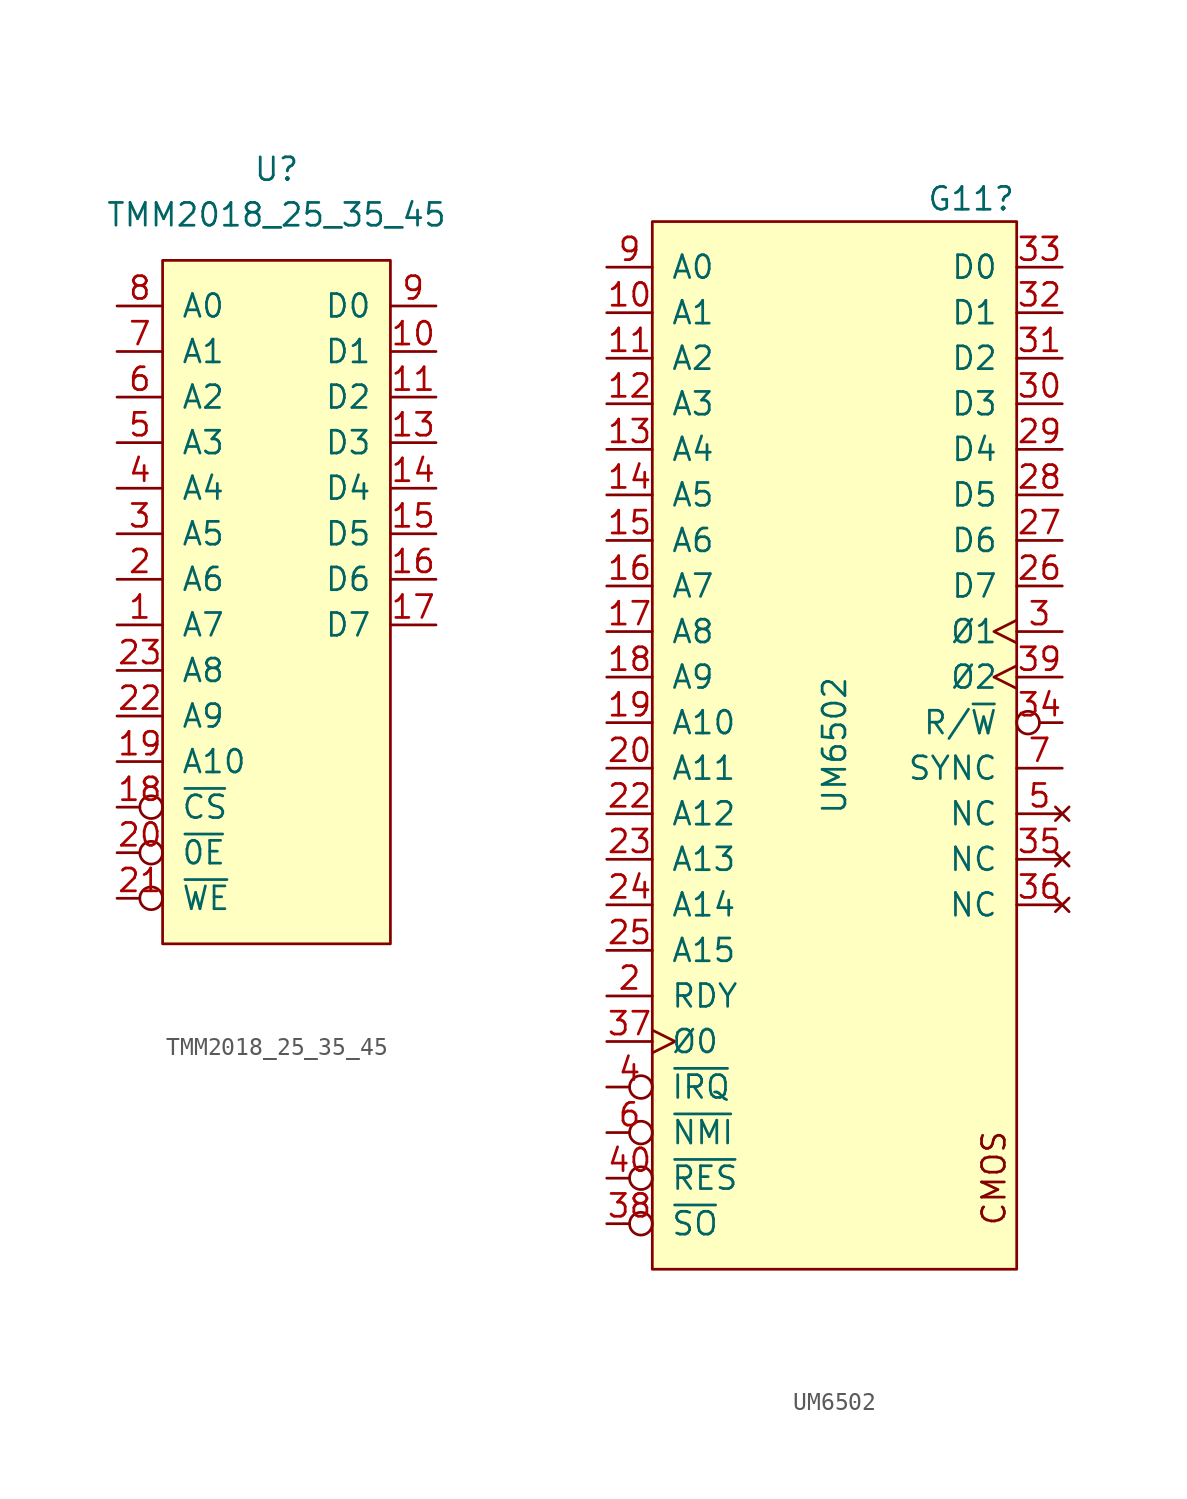
<source format=kicad_sym>
(kicad_symbol_lib
  (version 20211014)
  (generator kicad_symbol_editor)
  (symbol "TMM2018_25_35_45"
    (pin_names
      (offset 1.016))
    (property "Reference" "U"
      (at 0 10.16 0)
      (effects (font (size 1.27 1.27))))
    (property "Value" "TMM2018_25_35_45"
      (at 0 7.62 0)
      (effects (font (size 1.27 1.27))))
    (symbol "TMM2018_25_35_45_0_1"
      (rectangle (start -6.35 5.08) (end 6.35 -33.02) (stroke (width 0) (type default) (color 0 0 0 0)) (fill (type background))))
    (symbol "TMM2018_25_35_45_1_1"
      (pin input line (at -8.89 -15.24 0) (length 2.54) (name "A7" (effects (font (size 1.27 1.27)))) (number "1" (effects (font (size 1.27 1.27)))))
      (pin bidirectional line (at 8.89 0 180) (length 2.54) (name "D1" (effects (font (size 1.27 1.27)))) (number "10" (effects (font (size 1.27 1.27)))))
      (pin bidirectional line (at 8.89 -2.54 180) (length 2.54) (name "D2" (effects (font (size 1.27 1.27)))) (number "11" (effects (font (size 1.27 1.27)))))
      (pin power_in line (at 0 -33.02 90) (length 2.54) hide (name "GND" (effects (font (size 1.27 1.27)))) (number "12" (effects (font (size 1.27 1.27)))))
      (pin bidirectional line (at 8.89 -5.08 180) (length 2.54) (name "D3" (effects (font (size 1.27 1.27)))) (number "13" (effects (font (size 1.27 1.27)))))
      (pin bidirectional line (at 8.89 -7.62 180) (length 2.54) (name "D4" (effects (font (size 1.27 1.27)))) (number "14" (effects (font (size 1.27 1.27)))))
      (pin bidirectional line (at 8.89 -10.16 180) (length 2.54) (name "D5" (effects (font (size 1.27 1.27)))) (number "15" (effects (font (size 1.27 1.27)))))
      (pin bidirectional line (at 8.89 -12.7 180) (length 2.54) (name "D6" (effects (font (size 1.27 1.27)))) (number "16" (effects (font (size 1.27 1.27)))))
      (pin bidirectional line (at 8.89 -15.24 180) (length 2.54) (name "D7" (effects (font (size 1.27 1.27)))) (number "17" (effects (font (size 1.27 1.27)))))
      (pin input inverted (at -8.89 -25.4 0) (length 2.54) (name "~{CS}" (effects (font (size 1.27 1.27)))) (number "18" (effects (font (size 1.27 1.27)))))
      (pin input line (at -8.89 -22.86 0) (length 2.54) (name "A10" (effects (font (size 1.27 1.27)))) (number "19" (effects (font (size 1.27 1.27)))))
      (pin input line (at -8.89 -12.7 0) (length 2.54) (name "A6" (effects (font (size 1.27 1.27)))) (number "2" (effects (font (size 1.27 1.27)))))
      (pin input inverted (at -8.89 -27.94 0) (length 2.54) (name "~{0E}" (effects (font (size 1.27 1.27)))) (number "20" (effects (font (size 1.27 1.27)))))
      (pin input inverted (at -8.89 -30.48 0) (length 2.54) (name "~{WE}" (effects (font (size 1.27 1.27)))) (number "21" (effects (font (size 1.27 1.27)))))
      (pin input line (at -8.89 -20.32 0) (length 2.54) (name "A9" (effects (font (size 1.27 1.27)))) (number "22" (effects (font (size 1.27 1.27)))))
      (pin input line (at -8.89 -17.78 0) (length 2.54) (name "A8" (effects (font (size 1.27 1.27)))) (number "23" (effects (font (size 1.27 1.27)))))
      (pin power_in line (at 0 5.08 270) (length 2.54) hide (name "VCC" (effects (font (size 1.27 1.27)))) (number "24" (effects (font (size 1.27 1.27)))))
      (pin input line (at -8.89 -10.16 0) (length 2.54) (name "A5" (effects (font (size 1.27 1.27)))) (number "3" (effects (font (size 1.27 1.27)))))
      (pin input line (at -8.89 -7.62 0) (length 2.54) (name "A4" (effects (font (size 1.27 1.27)))) (number "4" (effects (font (size 1.27 1.27)))))
      (pin input line (at -8.89 -5.08 0) (length 2.54) (name "A3" (effects (font (size 1.27 1.27)))) (number "5" (effects (font (size 1.27 1.27)))))
      (pin input line (at -8.89 -2.54 0) (length 2.54) (name "A2" (effects (font (size 1.27 1.27)))) (number "6" (effects (font (size 1.27 1.27)))))
      (pin input line (at -8.89 0 0) (length 2.54) (name "A1" (effects (font (size 1.27 1.27)))) (number "7" (effects (font (size 1.27 1.27)))))
      (pin input line (at -8.89 2.54 0) (length 2.54) (name "A0" (effects (font (size 1.27 1.27)))) (number "8" (effects (font (size 1.27 1.27)))))
      (pin bidirectional line (at 8.89 2.54 180) (length 2.54) (name "D0" (effects (font (size 1.27 1.27)))) (number "9" (effects (font (size 1.27 1.27)))))))
  (symbol "UM6502"
    (pin_names
      (offset 1.016))
    (property "Reference" "G11"
      (at 7.62 30.48 0)
      (effects (font (size 1.27 1.27))))
    (property "Value" "UM6502"
      (at 0 0 90)
      (effects (font (size 1.27 1.27))))
    (symbol "UM6502_0_0"
      (text "CMOS" (at 8.89 -24.13 900) (effects (font (size 1.27 1.27)))))
    (symbol "UM6502_0_1"
      (rectangle (start -10.16 29.21) (end 10.16 -29.21) (stroke (width 0) (type default) (color 0 0 0 0)) (fill (type background))))
    (symbol "UM6502_1_1"
      (pin power_in line (at -1.27 -29.21 90) (length 2.54) hide (name "VSS" (effects (font (size 1.27 1.27)))) (number "1" (effects (font (size 1.27 1.27)))))
      (pin output line (at -12.7 24.13 0) (length 2.54) (name "A1" (effects (font (size 1.27 1.27)))) (number "10" (effects (font (size 1.27 1.27)))))
      (pin output line (at -12.7 21.59 0) (length 2.54) (name "A2" (effects (font (size 1.27 1.27)))) (number "11" (effects (font (size 1.27 1.27)))))
      (pin output line (at -12.7 19.05 0) (length 2.54) (name "A3" (effects (font (size 1.27 1.27)))) (number "12" (effects (font (size 1.27 1.27)))))
      (pin output line (at -12.7 16.51 0) (length 2.54) (name "A4" (effects (font (size 1.27 1.27)))) (number "13" (effects (font (size 1.27 1.27)))))
      (pin output line (at -12.7 13.97 0) (length 2.54) (name "A5" (effects (font (size 1.27 1.27)))) (number "14" (effects (font (size 1.27 1.27)))))
      (pin output line (at -12.7 11.43 0) (length 2.54) (name "A6" (effects (font (size 1.27 1.27)))) (number "15" (effects (font (size 1.27 1.27)))))
      (pin output line (at -12.7 8.89 0) (length 2.54) (name "A7" (effects (font (size 1.27 1.27)))) (number "16" (effects (font (size 1.27 1.27)))))
      (pin output line (at -12.7 6.35 0) (length 2.54) (name "A8" (effects (font (size 1.27 1.27)))) (number "17" (effects (font (size 1.27 1.27)))))
      (pin output line (at -12.7 3.81 0) (length 2.54) (name "A9" (effects (font (size 1.27 1.27)))) (number "18" (effects (font (size 1.27 1.27)))))
      (pin output line (at -12.7 1.27 0) (length 2.54) (name "A10" (effects (font (size 1.27 1.27)))) (number "19" (effects (font (size 1.27 1.27)))))
      (pin input line (at -12.7 -13.97 0) (length 2.54) (name "RDY" (effects (font (size 1.27 1.27)))) (number "2" (effects (font (size 1.27 1.27)))))
      (pin output line (at -12.7 -1.27 0) (length 2.54) (name "A11" (effects (font (size 1.27 1.27)))) (number "20" (effects (font (size 1.27 1.27)))))
      (pin power_in line (at 1.27 -29.21 90) (length 2.54) hide (name "VSS" (effects (font (size 1.27 1.27)))) (number "21" (effects (font (size 1.27 1.27)))))
      (pin output line (at -12.7 -3.81 0) (length 2.54) (name "A12" (effects (font (size 1.27 1.27)))) (number "22" (effects (font (size 1.27 1.27)))))
      (pin output line (at -12.7 -6.35 0) (length 2.54) (name "A13" (effects (font (size 1.27 1.27)))) (number "23" (effects (font (size 1.27 1.27)))))
      (pin output line (at -12.7 -8.89 0) (length 2.54) (name "A14" (effects (font (size 1.27 1.27)))) (number "24" (effects (font (size 1.27 1.27)))))
      (pin output line (at -12.7 -11.43 0) (length 2.54) (name "A15" (effects (font (size 1.27 1.27)))) (number "25" (effects (font (size 1.27 1.27)))))
      (pin tri_state line (at 12.7 8.89 180) (length 2.54) (name "D7" (effects (font (size 1.27 1.27)))) (number "26" (effects (font (size 1.27 1.27)))))
      (pin tri_state line (at 12.7 11.43 180) (length 2.54) (name "D6" (effects (font (size 1.27 1.27)))) (number "27" (effects (font (size 1.27 1.27)))))
      (pin tri_state line (at 12.7 13.97 180) (length 2.54) (name "D5" (effects (font (size 1.27 1.27)))) (number "28" (effects (font (size 1.27 1.27)))))
      (pin tri_state line (at 12.7 16.51 180) (length 2.54) (name "D4" (effects (font (size 1.27 1.27)))) (number "29" (effects (font (size 1.27 1.27)))))
      (pin output clock (at 12.7 6.35 180) (length 2.54) (name "Ø1" (effects (font (size 1.27 1.27)))) (number "3" (effects (font (size 1.27 1.27)))))
      (pin tri_state line (at 12.7 19.05 180) (length 2.54) (name "D3" (effects (font (size 1.27 1.27)))) (number "30" (effects (font (size 1.27 1.27)))))
      (pin tri_state line (at 12.7 21.59 180) (length 2.54) (name "D2" (effects (font (size 1.27 1.27)))) (number "31" (effects (font (size 1.27 1.27)))))
      (pin tri_state line (at 12.7 24.13 180) (length 2.54) (name "D1" (effects (font (size 1.27 1.27)))) (number "32" (effects (font (size 1.27 1.27)))))
      (pin tri_state line (at 12.7 26.67 180) (length 2.54) (name "D0" (effects (font (size 1.27 1.27)))) (number "33" (effects (font (size 1.27 1.27)))))
      (pin output inverted (at 12.7 1.27 180) (length 2.54) (name "R/~{W}" (effects (font (size 1.27 1.27)))) (number "34" (effects (font (size 1.27 1.27)))))
      (pin no_connect line (at 12.7 -6.35 180) (length 2.54) (name "NC" (effects (font (size 1.27 1.27)))) (number "35" (effects (font (size 1.27 1.27)))))
      (pin no_connect line (at 12.7 -8.89 180) (length 2.54) (name "NC" (effects (font (size 1.27 1.27)))) (number "36" (effects (font (size 1.27 1.27)))))
      (pin input clock (at -12.7 -16.51 0) (length 2.54) (name "Ø0" (effects (font (size 1.27 1.27)))) (number "37" (effects (font (size 1.27 1.27)))))
      (pin input inverted (at -12.7 -26.67 0) (length 2.54) (name "~{SO}" (effects (font (size 1.27 1.27)))) (number "38" (effects (font (size 1.27 1.27)))))
      (pin output clock (at 12.7 3.81 180) (length 2.54) (name "Ø2" (effects (font (size 1.27 1.27)))) (number "39" (effects (font (size 1.27 1.27)))))
      (pin input inverted (at -12.7 -19.05 0) (length 2.54) (name "~{IRQ}" (effects (font (size 1.27 1.27)))) (number "4" (effects (font (size 1.27 1.27)))))
      (pin input inverted (at -12.7 -24.13 0) (length 2.54) (name "~{RES}" (effects (font (size 1.27 1.27)))) (number "40" (effects (font (size 1.27 1.27)))))
      (pin no_connect line (at 12.7 -3.81 180) (length 2.54) (name "NC" (effects (font (size 1.27 1.27)))) (number "5" (effects (font (size 1.27 1.27)))))
      (pin input inverted (at -12.7 -21.59 0) (length 2.54) (name "~{NMI}" (effects (font (size 1.27 1.27)))) (number "6" (effects (font (size 1.27 1.27)))))
      (pin output line (at 12.7 -1.27 180) (length 2.54) (name "SYNC" (effects (font (size 1.27 1.27)))) (number "7" (effects (font (size 1.27 1.27)))))
      (pin power_in line (at 0 29.21 270) (length 2.54) hide (name "VCC" (effects (font (size 1.27 1.27)))) (number "8" (effects (font (size 1.27 1.27)))))
      (pin output line (at -12.7 26.67 0) (length 2.54) (name "A0" (effects (font (size 1.27 1.27)))) (number "9" (effects (font (size 1.27 1.27))))))))
</source>
